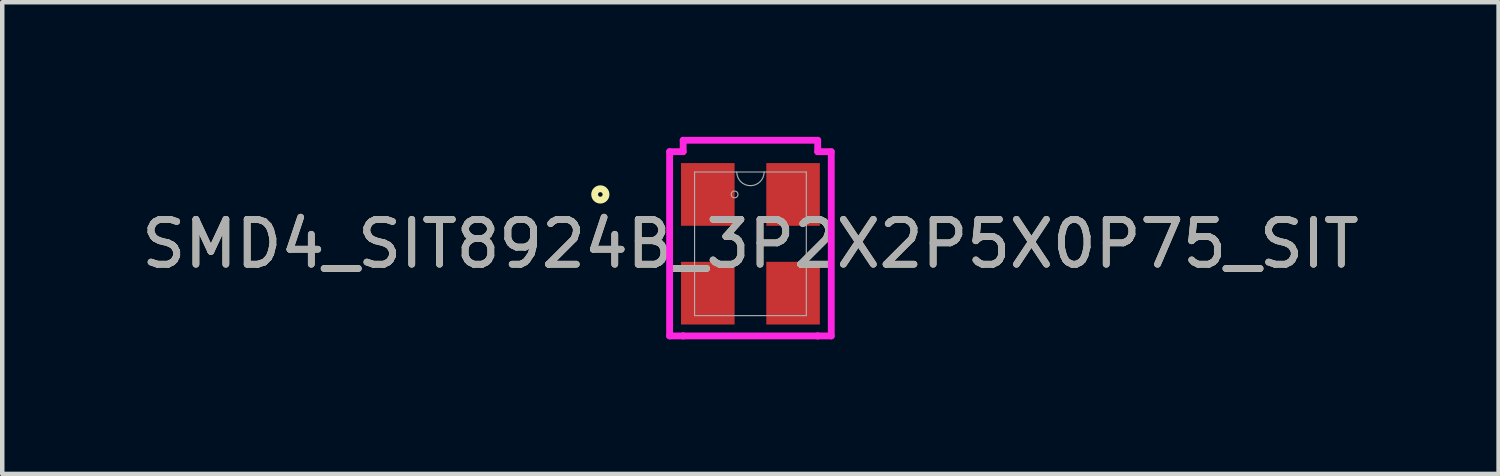
<source format=kicad_pcb>
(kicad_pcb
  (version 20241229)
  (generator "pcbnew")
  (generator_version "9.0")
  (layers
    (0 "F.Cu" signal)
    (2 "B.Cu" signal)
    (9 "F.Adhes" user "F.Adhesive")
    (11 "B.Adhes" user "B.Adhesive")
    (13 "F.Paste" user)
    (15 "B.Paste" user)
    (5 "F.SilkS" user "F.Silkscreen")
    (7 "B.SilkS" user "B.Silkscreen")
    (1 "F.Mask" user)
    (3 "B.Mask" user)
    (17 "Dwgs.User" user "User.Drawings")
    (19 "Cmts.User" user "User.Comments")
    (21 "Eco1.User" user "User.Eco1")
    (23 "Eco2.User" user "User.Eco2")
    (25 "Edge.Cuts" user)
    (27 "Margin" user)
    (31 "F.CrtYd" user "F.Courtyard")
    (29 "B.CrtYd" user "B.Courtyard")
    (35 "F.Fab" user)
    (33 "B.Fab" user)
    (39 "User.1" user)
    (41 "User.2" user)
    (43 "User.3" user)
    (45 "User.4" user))
  (footprint "SMD4_SIT8924B_3P2X2P5X0P75_SIT"
    (layer "F.Cu")
    (at 13.673 2.383)
    (property "Reference" "SMD4_SIT8924B_3P2X2P5X0P75_SIT" (at 0 0 0) (unlocked yes) (layer "F.SilkS") (effects (font (size 1 1) (thickness 0.15))))
    (attr smd)
    (fp_circle (center -3.345 -1.1) (end -3.218 -1.1) (stroke (width 0.152) (type solid)) (fill no) (layer "F.SilkS"))
    (fp_line (start -1.801 -2.053) (end -1.499 -2.053) (stroke (width 0.152) (type solid)) (layer "F.CrtYd"))
    (fp_line (start -1.801 2.053) (end -1.801 -2.053) (stroke (width 0.152) (type solid)) (layer "F.CrtYd"))
    (fp_line (start -1.801 2.053) (end -1.499 2.053) (stroke (width 0.152) (type solid)) (layer "F.CrtYd"))
    (fp_line (start -1.499 -2.307) (end 1.499 -2.307) (stroke (width 0.152) (type solid)) (layer "F.CrtYd"))
    (fp_line (start -1.499 -2.053) (end -1.499 -2.307) (stroke (width 0.152) (type solid)) (layer "F.CrtYd"))
    (fp_line (start -1.499 2.053) (end -1.499 2.053) (stroke (width 0.152) (type solid)) (layer "F.CrtYd"))
    (fp_line (start 1.499 -2.307) (end 1.499 -2.053) (stroke (width 0.152) (type solid)) (layer "F.CrtYd"))
    (fp_line (start 1.499 2.053) (end -1.499 2.053) (stroke (width 0.152) (type solid)) (layer "F.CrtYd"))
    (fp_line (start 1.499 2.053) (end 1.499 2.053) (stroke (width 0.152) (type solid)) (layer "F.CrtYd"))
    (fp_line (start 1.801 -2.053) (end 1.499 -2.053) (stroke (width 0.152) (type solid)) (layer "F.CrtYd"))
    (fp_line (start 1.801 -2.053) (end 1.801 2.053) (stroke (width 0.152) (type solid)) (layer "F.CrtYd"))
    (fp_line (start 1.801 2.053) (end 1.499 2.053) (stroke (width 0.152) (type solid)) (layer "F.CrtYd"))
    (fp_line (start -1.245 -1.6) (end -1.245 1.6) (stroke (width 0.025) (type solid)) (layer "F.Fab"))
    (fp_line (start -1.245 1.6) (end 1.245 1.6) (stroke (width 0.025) (type solid)) (layer "F.Fab"))
    (fp_line (start 1.245 -1.6) (end -1.245 -1.6) (stroke (width 0.025) (type solid)) (layer "F.Fab"))
    (fp_line (start 1.245 1.6) (end 1.245 -1.6) (stroke (width 0.025) (type solid)) (layer "F.Fab"))
    (fp_arc (start 0.3048 -1.6002) (mid 0 -1.2954) (end -0.3048 -1.6002) (stroke (width 0.0254) (type solid)) (layer "F.Fab"))
    (fp_circle (center -0.353 -1.1) (end -0.277 -1.1) (stroke (width 0.025) (type solid)) (fill no) (layer "F.Fab"))
    (fp_text user "${REFERENCE}" (at 0 0 0) (unlocked yes) (layer "F.Fab") (effects (font (size 1 1) (thickness 0.15))))
    (pad "1" smd rect (at -0.95 -1.1) (size 1.194 1.397) (layers "F.Cu" "F.Mask" "F.Paste"))
    (pad "2" smd rect (at -0.95 1.1) (size 1.194 1.397) (layers "F.Cu" "F.Mask" "F.Paste"))
    (pad "3" smd rect (at 0.95 1.1) (size 1.194 1.397) (layers "F.Cu" "F.Mask" "F.Paste"))
    (pad "4" smd rect (at 0.95 -1.1) (size 1.194 1.397) (layers "F.Cu" "F.Mask" "F.Paste")))
  (gr_rect
    (start -3 -3)
    (end 30.345 7.511)
    (stroke (width 0.1) (type default))
    (fill no)
    (layer "Edge.Cuts")))
</source>
